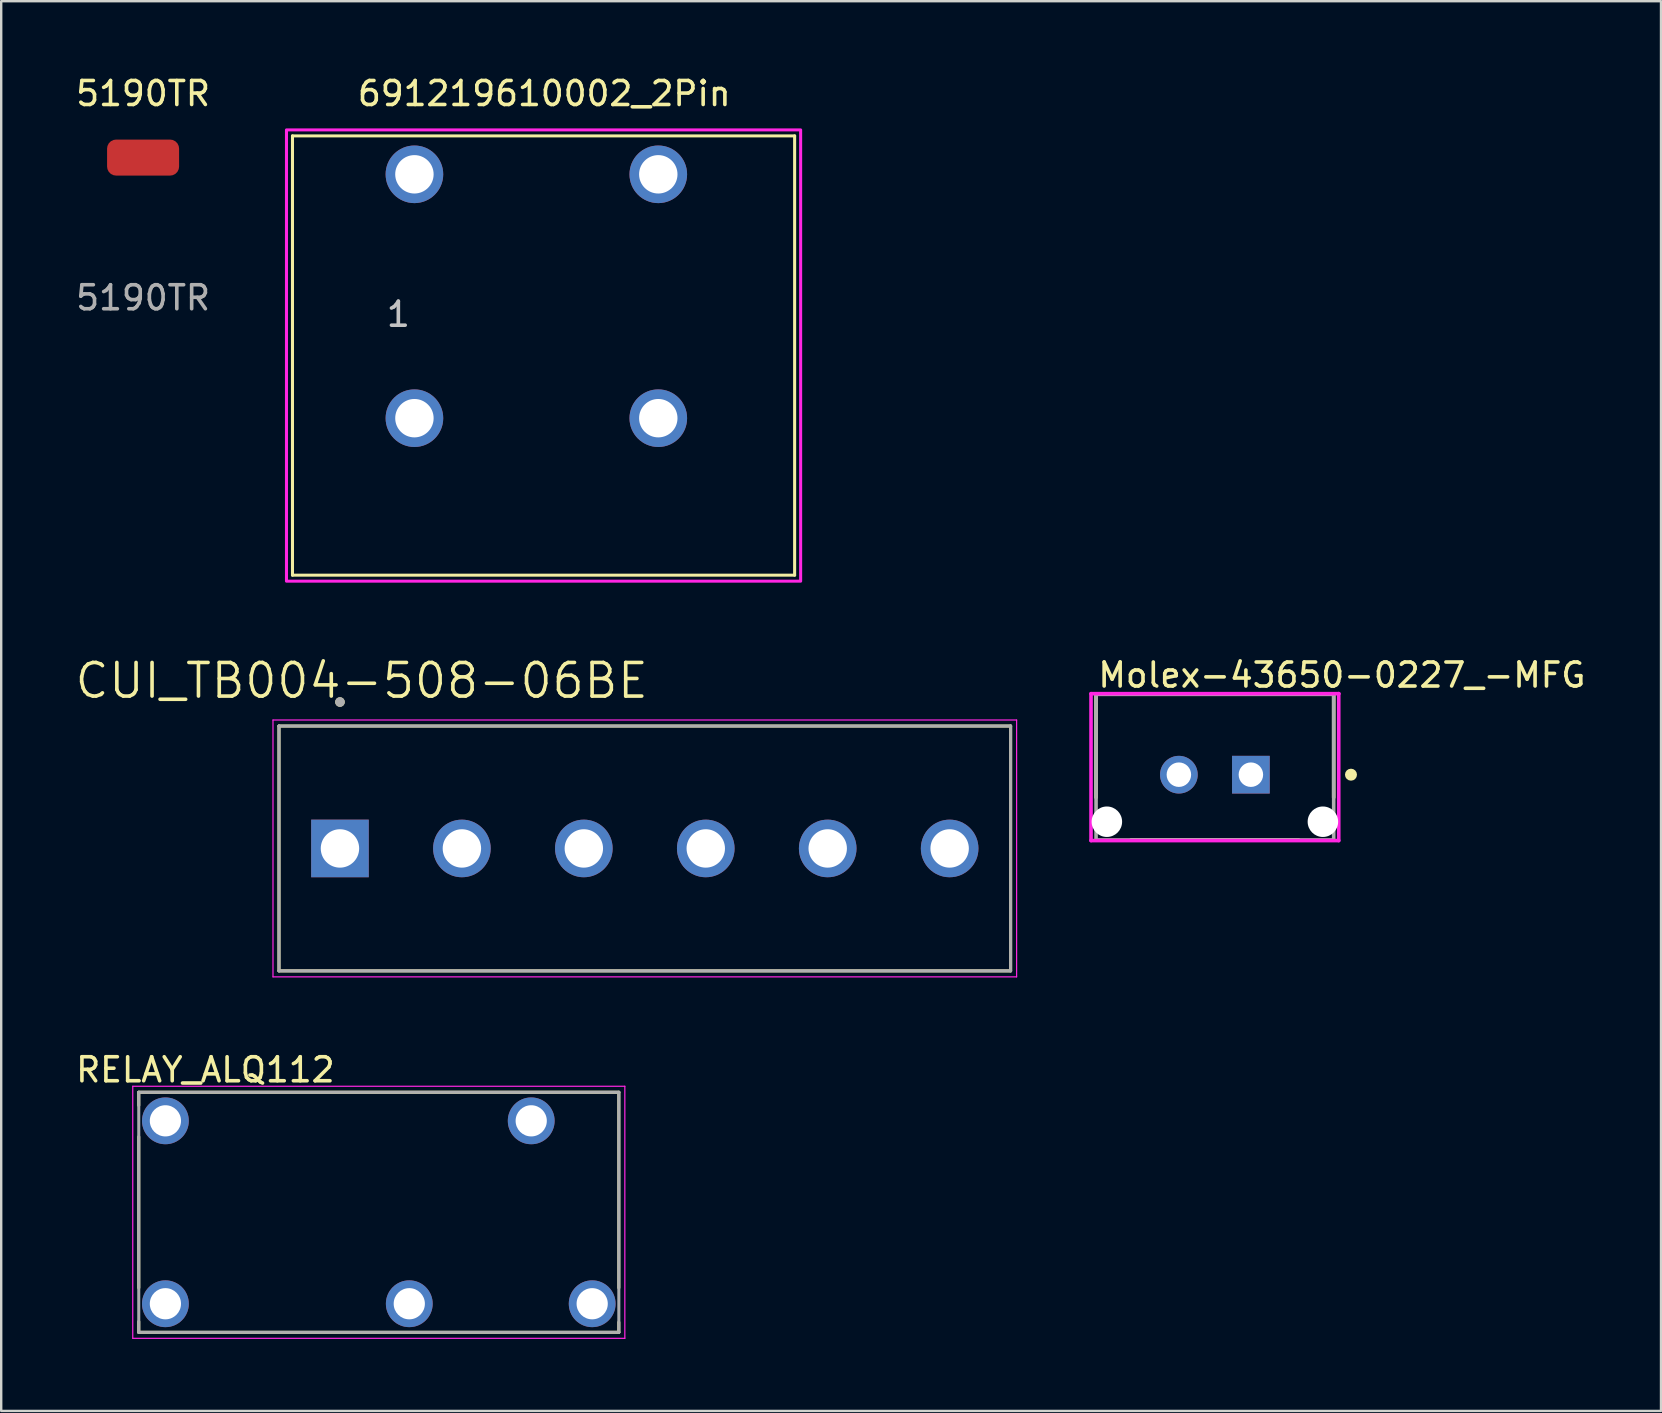
<source format=kicad_pcb>
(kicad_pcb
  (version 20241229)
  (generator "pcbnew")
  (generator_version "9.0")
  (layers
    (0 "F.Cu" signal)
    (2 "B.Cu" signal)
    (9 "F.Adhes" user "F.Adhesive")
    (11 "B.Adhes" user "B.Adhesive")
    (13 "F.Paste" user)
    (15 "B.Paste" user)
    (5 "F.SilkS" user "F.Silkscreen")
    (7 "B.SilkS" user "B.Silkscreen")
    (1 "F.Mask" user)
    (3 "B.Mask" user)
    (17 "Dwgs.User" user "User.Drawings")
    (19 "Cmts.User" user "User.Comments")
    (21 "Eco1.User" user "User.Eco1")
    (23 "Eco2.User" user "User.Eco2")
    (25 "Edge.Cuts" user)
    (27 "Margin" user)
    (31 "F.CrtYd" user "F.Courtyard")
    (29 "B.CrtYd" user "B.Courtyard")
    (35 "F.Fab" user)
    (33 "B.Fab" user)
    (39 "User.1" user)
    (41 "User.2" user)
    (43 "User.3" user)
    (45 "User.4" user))
  (footprint "5190TR"
    (layer "F.Cu")
    (at 2.911 3.515)
    (property "Reference" "5190TR" (at 0 -2.667 0) (unlocked yes) (layer "F.SilkS") (effects (font (size 1 1) (thickness 0.15))))
    (attr smd)
    (fp_text user "${REFERENCE}" (at 0 5.842 0) (unlocked yes) (layer "F.Fab") (effects (font (size 1 1) (thickness 0.15))))
    (pad "1" smd roundrect (at 0 0) (size 3 1.5) (layers "F.Cu" "F.Mask" "F.Paste") (roundrect_rratio 0.25)))
  (footprint "RELAY_ALQ112"
    (layer "F.Cu")
    (at 12.731 47.455)
    (property "Reference" "RELAY_ALQ112" (at -7.225 -5.935 0) (layer "F.SilkS") (effects (font (size 1 1) (thickness 0.15))))
    (attr through_hole)
    (fp_line (start -10 -5) (end -10 -4.454) (stroke (width 0.127) (type solid)) (layer "F.SilkS"))
    (fp_line (start -10 -5) (end 10 -5) (stroke (width 0.127) (type solid)) (layer "F.SilkS"))
    (fp_line (start -10 -3.146) (end -10 3.146) (stroke (width 0.127) (type solid)) (layer "F.SilkS"))
    (fp_line (start -10 5) (end -10 4.554) (stroke (width 0.127) (type solid)) (layer "F.SilkS"))
    (fp_line (start 10 3.146) (end 10 -5) (stroke (width 0.127) (type solid)) (layer "F.SilkS"))
    (fp_line (start 10 5) (end -10 5) (stroke (width 0.127) (type solid)) (layer "F.SilkS"))
    (fp_line (start 10 5) (end 10 4.581) (stroke (width 0.127) (type solid)) (layer "F.SilkS"))
    (fp_line (start -10.25 -5.25) (end 10.25 -5.25) (stroke (width 0.05) (type solid)) (layer "F.CrtYd"))
    (fp_line (start -10.25 5.25) (end -10.25 -5.25) (stroke (width 0.05) (type solid)) (layer "F.CrtYd"))
    (fp_line (start 10.25 -5.25) (end 10.25 5.25) (stroke (width 0.05) (type solid)) (layer "F.CrtYd"))
    (fp_line (start 10.25 5.25) (end -10.25 5.25) (stroke (width 0.05) (type solid)) (layer "F.CrtYd"))
    (fp_line (start -10 -5) (end 10 -5) (stroke (width 0.127) (type solid)) (layer "F.Fab"))
    (fp_line (start -10 5) (end -10 -5) (stroke (width 0.127) (type solid)) (layer "F.Fab"))
    (fp_line (start 10 -5) (end 10 5) (stroke (width 0.127) (type solid)) (layer "F.Fab"))
    (fp_line (start 10 5) (end -10 5) (stroke (width 0.127) (type solid)) (layer "F.Fab"))
    (pad "1" thru_hole circle (at -8.89 3.81) (size 1.95 1.95) (drill 1.3) (layers "*.Cu" "*.Mask"))
    (pad "2" thru_hole circle (at -8.89 -3.81) (size 1.95 1.95) (drill 1.3) (layers "*.Cu" "*.Mask"))
    (pad "3" thru_hole circle (at 1.27 3.81) (size 1.95 1.95) (drill 1.3) (layers "*.Cu" "*.Mask"))
    (pad "4" thru_hole circle (at 6.35 -3.81) (size 1.95 1.95) (drill 1.3) (layers "*.Cu" "*.Mask"))
    (pad "5" thru_hole circle (at 8.89 3.81) (size 1.95 1.95) (drill 1.3) (layers "*.Cu" "*.Mask")))
  (footprint "CUI_TB004-508-06BE"
    (layer "F.Cu")
    (at 11.113 32.297)
    (property "Reference" "CUI_TB004-508-06BE" (at 0.905 -6.989 0) (layer "F.SilkS") (effects (font (size 1.4 1.4) (thickness 0.15))))
    (attr through_hole)
    (fp_line (start -2.54 -5.1) (end 27.94 -5.1) (stroke (width 0.127) (type solid)) (layer "F.SilkS"))
    (fp_line (start -2.54 5.1) (end -2.54 -5.1) (stroke (width 0.127) (type solid)) (layer "F.SilkS"))
    (fp_line (start 27.94 -5.1) (end 27.94 5.1) (stroke (width 0.127) (type solid)) (layer "F.SilkS"))
    (fp_line (start 27.94 5.1) (end -2.54 5.1) (stroke (width 0.127) (type solid)) (layer "F.SilkS"))
    (fp_circle (center 0 -6.1) (end 0.1 -6.1) (stroke (width 0.2) (type solid)) (fill no) (layer "F.SilkS"))
    (fp_line (start -2.79 -5.35) (end 28.19 -5.35) (stroke (width 0.05) (type solid)) (layer "F.CrtYd"))
    (fp_line (start -2.79 5.35) (end -2.79 -5.35) (stroke (width 0.05) (type solid)) (layer "F.CrtYd"))
    (fp_line (start 28.19 -5.35) (end 28.19 5.35) (stroke (width 0.05) (type solid)) (layer "F.CrtYd"))
    (fp_line (start 28.19 5.35) (end -2.79 5.35) (stroke (width 0.05) (type solid)) (layer "F.CrtYd"))
    (fp_line (start -2.54 -5.1) (end 27.94 -5.1) (stroke (width 0.127) (type solid)) (layer "F.Fab"))
    (fp_line (start -2.54 5.1) (end -2.54 -5.1) (stroke (width 0.127) (type solid)) (layer "F.Fab"))
    (fp_line (start 27.94 -5.1) (end 27.94 5.1) (stroke (width 0.127) (type solid)) (layer "F.Fab"))
    (fp_line (start 27.94 5.1) (end -2.54 5.1) (stroke (width 0.127) (type solid)) (layer "F.Fab"))
    (fp_circle (center 0 -6.1) (end 0.1 -6.1) (stroke (width 0.2) (type solid)) (fill no) (layer "F.Fab"))
    (pad "1" thru_hole rect (at 0 0) (size 2.4 2.4) (drill 1.6) (layers "*.Cu" "*.Mask"))
    (pad "2" thru_hole circle (at 5.08 0) (size 2.4 2.4) (drill 1.6) (layers "*.Cu" "*.Mask"))
    (pad "3" thru_hole circle (at 10.16 0) (size 2.4 2.4) (drill 1.6) (layers "*.Cu" "*.Mask"))
    (pad "4" thru_hole circle (at 15.24 0) (size 2.4 2.4) (drill 1.6) (layers "*.Cu" "*.Mask"))
    (pad "5" thru_hole circle (at 20.32 0) (size 2.4 2.4) (drill 1.6) (layers "*.Cu" "*.Mask"))
    (pad "6" thru_hole circle (at 25.4 0) (size 2.4 2.4) (drill 1.6) (layers "*.Cu" "*.Mask")))
  (footprint "691219610002_2Pin"
    (layer "F.Cu")
    (at 19.295 9.292)
    (property "Reference" "691219610002_2Pin" (at 0.33 -8.444 0) (layer "F.SilkS") (effects (font (size 1 1) (thickness 0.15))))
    (attr through_hole)
    (fp_line (start -10.16 -6.68) (end -10.16 11.62) (stroke (width 0.127) (type solid)) (layer "F.SilkS"))
    (fp_line (start -10.16 11.62) (end 10.76 11.62) (stroke (width 0.127) (type solid)) (layer "F.SilkS"))
    (fp_line (start 10.76 -6.68) (end -10.16 -6.68) (stroke (width 0.127) (type solid)) (layer "F.SilkS"))
    (fp_line (start 10.76 11.62) (end 10.76 -6.68) (stroke (width 0.127) (type solid)) (layer "F.SilkS"))
    (fp_poly (pts (xy -10.41 -6.93) (xy 11.01 -6.93) (xy 11.01 11.87) (xy -10.41 11.87)) (stroke (width 0.127) (type solid)) (fill no) (layer "F.CrtYd"))
    (fp_text user "1" (at -5.75 0.75 0) (layer "Dwgs.User") (effects (font (size 1 1) (thickness 0.15))))
    (pad "1" thru_hole circle (at -5.08 -5.08) (size 2.4 2.4) (drill 1.6) (layers "*.Cu" "*.Mask"))
    (pad "2" thru_hole circle (at 5.08 -5.08) (size 2.4 2.4) (drill 1.6) (layers "*.Cu" "*.Mask"))
    (pad "A1" thru_hole circle (at -5.08 5.08) (size 2.4 2.4) (drill 1.6) (layers "*.Cu" "*.Mask"))
    (pad "A2" thru_hole circle (at 5.08 5.08) (size 2.4 2.4) (drill 1.6) (layers "*.Cu" "*.Mask")))
  (footprint "Molex-43650-0227_-MFG"
    (layer "F.Cu")
    (at 47.563 28.909)
    (property "Reference" "Molex-43650-0227_-MFG" (at -4.95 -3.835 0) (layer "F.SilkS") (effects (font (size 1 1) (thickness 0.15)) (justify left)))
    (attr through_hole)
    (fp_line (start -4.95 -3.035) (end 4.95 -3.035) (stroke (width 0.15) (type solid)) (layer "F.SilkS"))
    (fp_line (start -4.95 1.265) (end -4.95 -3.035) (stroke (width 0.15) (type solid)) (layer "F.SilkS"))
    (fp_line (start -3.49 3.035) (end 3.49 3.035) (stroke (width 0.15) (type solid)) (layer "F.SilkS"))
    (fp_line (start 4.95 1.265) (end 4.95 -3.035) (stroke (width 0.15) (type solid)) (layer "F.SilkS"))
    (fp_circle (center 5.67 0.315) (end 5.795 0.315) (stroke (width 0.25) (type solid)) (fill no) (layer "F.SilkS"))
    (fp_line (start -5.16 -3.06) (end -5.16 3.06) (stroke (width 0.15) (type solid)) (layer "F.CrtYd"))
    (fp_line (start -5.16 3.06) (end 5.16 3.06) (stroke (width 0.15) (type solid)) (layer "F.CrtYd"))
    (fp_line (start 5.16 -3.06) (end -5.16 -3.06) (stroke (width 0.15) (type solid)) (layer "F.CrtYd"))
    (fp_line (start 5.16 -3.06) (end 5.16 -3.06) (stroke (width 0.15) (type solid)) (layer "F.CrtYd"))
    (fp_line (start 5.16 3.06) (end 5.16 -3.06) (stroke (width 0.15) (type solid)) (layer "F.CrtYd"))
    (fp_line (start -4.95 -3.035) (end 4.95 -3.035) (stroke (width 0.15) (type solid)) (layer "F.Fab"))
    (fp_line (start -4.95 3.035) (end -4.95 -3.035) (stroke (width 0.15) (type solid)) (layer "F.Fab"))
    (fp_line (start 4.95 -3.035) (end 4.95 3.035) (stroke (width 0.15) (type solid)) (layer "F.Fab"))
    (fp_line (start 4.95 3.035) (end -4.95 3.035) (stroke (width 0.15) (type solid)) (layer "F.Fab"))
    (pad "" np_thru_hole circle (at -4.5 2.275) (size 1.27 1.27) (drill 1.27) (layers "*.Cu" "*.Mask"))
    (pad "" np_thru_hole circle (at 4.5 2.275) (size 1.27 1.27) (drill 1.27) (layers "*.Cu" "*.Mask"))
    (pad "1" thru_hole rect (at 1.5 0.315) (size 1.57 1.57) (drill 1.02) (layers "*.Cu"))
    (pad "2" thru_hole circle (at -1.5 0.315) (size 1.57 1.57) (drill 1.02) (layers "*.Cu")))
  (gr_rect
    (start -3 -3)
    (end 66.149 55.73)
    (stroke (width 0.1) (type default))
    (fill no)
    (layer "Edge.Cuts")))
</source>
